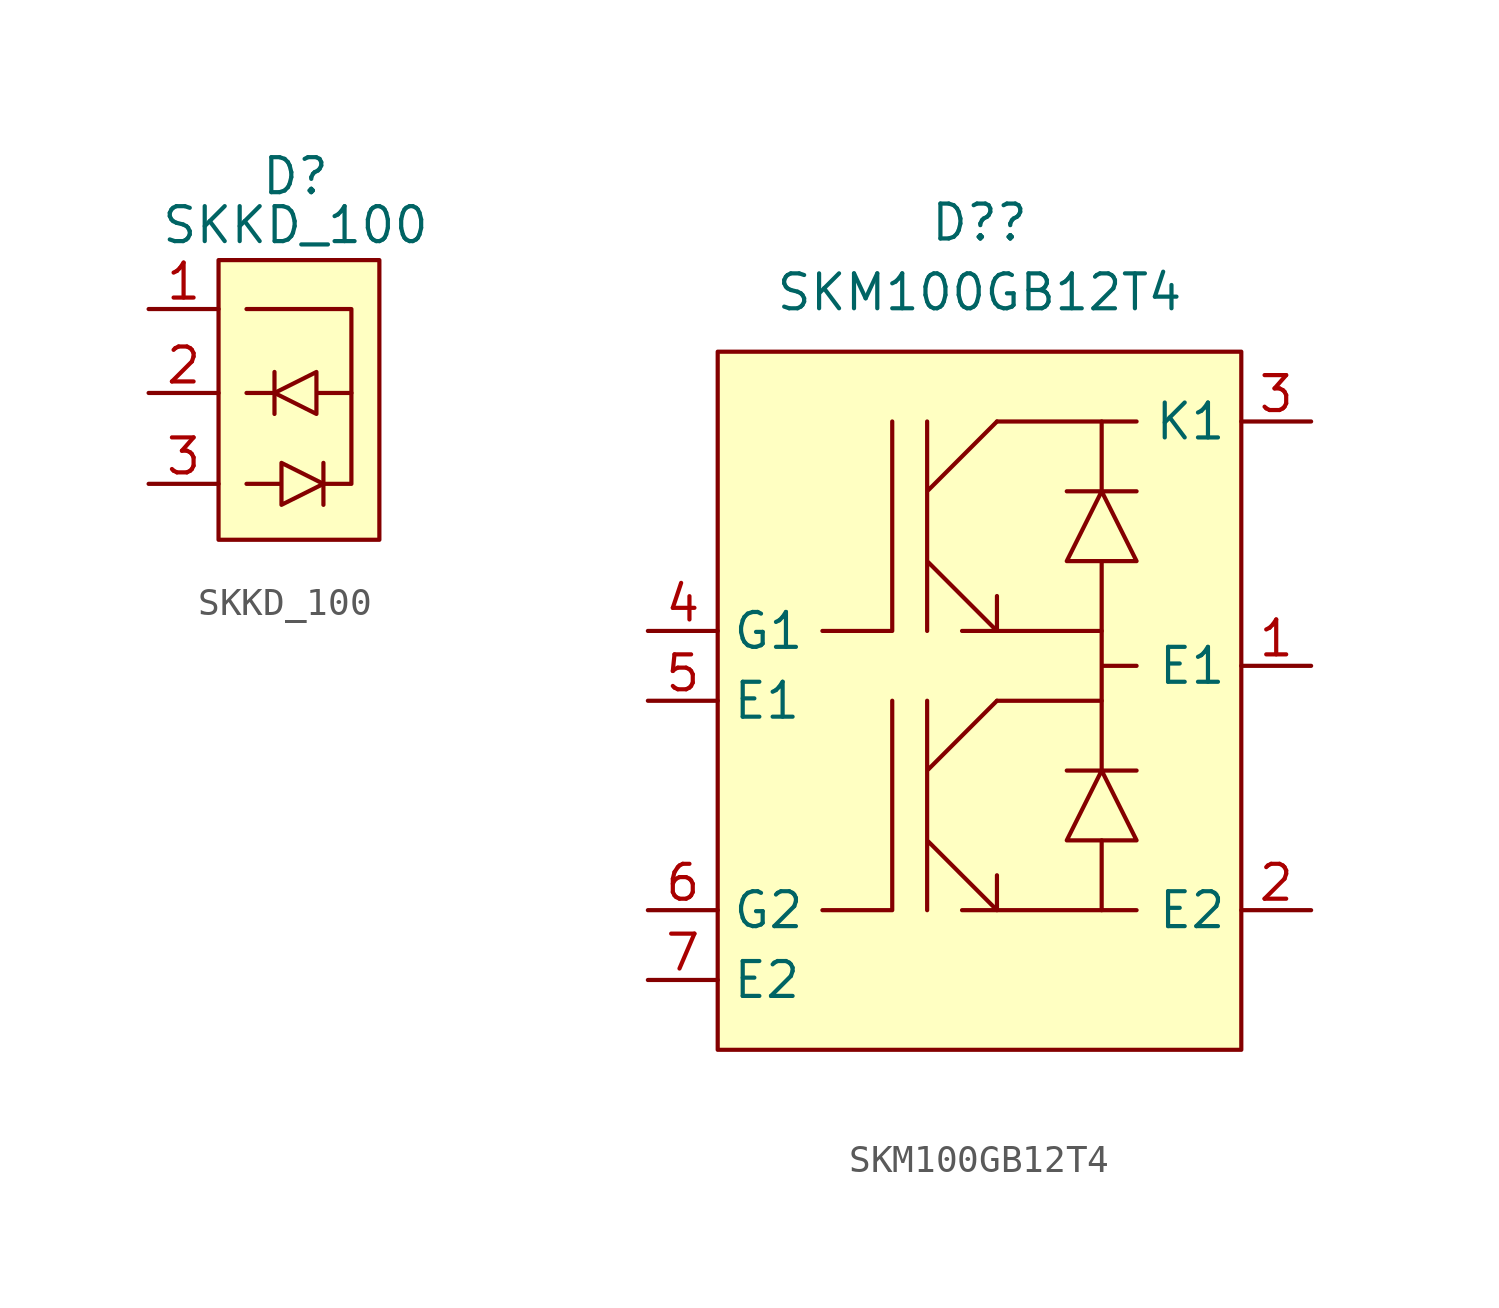
<source format=kicad_sym>
(kicad_symbol_lib
  (version 20211014)
  (generator kicad_symbol_editor)
  (symbol "SKKD_100"
    (property "Reference" "D"
      (at -0.254 3.048 0)
      (effects (font (size 1.27 1.27))))
    (property "Value" "SKKD_100"
      (at -0.254 1.27 0)
      (effects (font (size 1.27 1.27))))
    (symbol "SKKD_100_0_1"
      (rectangle (start -3.048 0) (end 2.794 -10.16) (stroke (width 0) (type default) (color 0 0 0 0)) (fill (type background)))
      (polyline (pts (xy -1.016 -5.588) (xy -1.016 -4.064)) (stroke (width 0) (type default) (color 0 0 0 0)) (fill (type none)))
      (polyline (pts (xy -1.016 -4.826) (xy -2.032 -4.826)) (stroke (width 0) (type default) (color 0 0 0 0)) (fill (type none)))
      (polyline (pts (xy 0.762 -7.366) (xy 0.762 -8.89)) (stroke (width 0) (type default) (color 0 0 0 0)) (fill (type none)))
      (polyline (pts (xy 0.762 -8.128) (xy 1.778 -8.128) (xy 1.778 -1.778) (xy -2.032 -1.778)) (stroke (width 0) (type default) (color 0 0 0 0)) (fill (type none)))
      (polyline (pts (xy -2.032 -8.128) (xy -0.762 -8.128) (xy -0.762 -7.366) (xy 0.762 -8.128) (xy -0.762 -8.89) (xy -0.762 -8.128)) (stroke (width 0) (type default) (color 0 0 0 0)) (fill (type none)))
      (polyline (pts (xy 1.778 -4.826) (xy 0.508 -4.826) (xy 0.508 -5.588) (xy -1.016 -4.826) (xy 0.508 -4.064) (xy 0.508 -4.826)) (stroke (width 0) (type default) (color 0 0 0 0)) (fill (type none))))
    (symbol "SKKD_100_1_1"
      (pin input line (at -5.588 -1.778 0) (length 2.54) (name "" (effects (font (size 1.27 1.27)))) (number "1" (effects (font (size 1.27 1.27)))))
      (pin input line (at -5.588 -4.826 0) (length 2.54) (name "" (effects (font (size 1.27 1.27)))) (number "2" (effects (font (size 1.27 1.27)))))
      (pin input line (at -5.588 -8.128 0) (length 2.54) (name "" (effects (font (size 1.27 1.27)))) (number "3" (effects (font (size 1.27 1.27)))))))
  (symbol "SKM100GB12T4"
    (property "Reference" "D?"
      (at -0.635 4.699 0)
      (effects (font (size 1.27 1.27))))
    (property "Value" "SKM100GB12T4"
      (at -0.635 2.159 0)
      (effects (font (size 1.27 1.27))))
    (symbol "SKM100GB12T4_0_1"
      (polyline (pts (xy 3.81 -20.32) (xy 5.08 -20.32)) (stroke (width 0) (type default) (color 0 0 0 0)) (fill (type none)))
      (polyline (pts (xy 3.81 -2.54) (xy 5.08 -2.54)) (stroke (width 0) (type default) (color 0 0 0 0)) (fill (type none)))
      (polyline (pts (xy -3.81 -12.7) (xy -3.81 -20.32) (xy -6.35 -20.32)) (stroke (width 0) (type default) (color 0 0 0 0)) (fill (type none)))
      (polyline (pts (xy -3.81 -2.54) (xy -3.81 -10.16) (xy -6.35 -10.16)) (stroke (width 0) (type default) (color 0 0 0 0)) (fill (type none)))
      (polyline (pts (xy 3.81 -17.78) (xy 3.81 -20.32) (xy 0 -20.32)) (stroke (width 0) (type default) (color 0 0 0 0)) (fill (type none)))
      (polyline (pts (xy 3.81 -15.24) (xy 3.81 -12.7) (xy 0 -12.7)) (stroke (width 0) (type default) (color 0 0 0 0)) (fill (type none)))
      (polyline (pts (xy 3.81 -7.62) (xy 3.81 -10.16) (xy 0 -10.16)) (stroke (width 0) (type default) (color 0 0 0 0)) (fill (type none)))
      (polyline (pts (xy 3.81 -5.08) (xy 3.81 -2.54) (xy 0 -2.54)) (stroke (width 0) (type default) (color 0 0 0 0)) (fill (type none)))
      (polyline (pts (xy 3.81 -10.16) (xy 3.81 -12.7) (xy 3.81 -11.43) (xy 5.08 -11.43)) (stroke (width 0) (type default) (color 0 0 0 0)) (fill (type none)))
      (polyline (pts (xy 2.54 -15.24) (xy 5.08 -15.24) (xy 3.81 -15.24) (xy 2.54 -17.78) (xy 5.08 -17.78) (xy 3.81 -15.24)) (stroke (width 0) (type default) (color 0 0 0 0)) (fill (type none)))
      (polyline (pts (xy 2.54 -5.08) (xy 5.08 -5.08) (xy 3.81 -5.08) (xy 2.54 -7.62) (xy 5.08 -7.62) (xy 3.81 -5.08)) (stroke (width 0) (type default) (color 0 0 0 0)) (fill (type none)))
      (polyline (pts (xy 0 -12.7) (xy -2.54 -15.24) (xy -2.54 -12.7) (xy -2.54 -20.32) (xy -2.54 -17.78) (xy 0 -20.32) (xy 0 -19.05) (xy 0 -20.32) (xy -1.27 -20.32)) (stroke (width 0) (type default) (color 0 0 0 0)) (fill (type none)))
      (polyline (pts (xy 0 -2.54) (xy -2.54 -5.08) (xy -2.54 -2.54) (xy -2.54 -10.16) (xy -2.54 -7.62) (xy 0 -10.16) (xy 0 -8.89) (xy 0 -10.16) (xy -1.27 -10.16)) (stroke (width 0) (type default) (color 0 0 0 0)) (fill (type none)))
      (rectangle (start 8.89 0) (end -10.16 -25.4) (stroke (width 0) (type default) (color 0 0 0 0)) (fill (type background))))
    (symbol "SKM100GB12T4_1_1"
      (pin input line (at 11.43 -11.43 180) (length 2.54) (name "E1" (effects (font (size 1.27 1.27)))) (number "1" (effects (font (size 1.27 1.27)))))
      (pin input line (at 11.43 -20.32 180) (length 2.54) (name "E2" (effects (font (size 1.27 1.27)))) (number "2" (effects (font (size 1.27 1.27)))))
      (pin input line (at 11.43 -2.54 180) (length 2.54) (name "K1" (effects (font (size 1.27 1.27)))) (number "3" (effects (font (size 1.27 1.27)))))
      (pin input line (at -12.7 -10.16 0) (length 2.54) (name "G1" (effects (font (size 1.27 1.27)))) (number "4" (effects (font (size 1.27 1.27)))))
      (pin input line (at -12.7 -12.7 0) (length 2.54) (name "E1" (effects (font (size 1.27 1.27)))) (number "5" (effects (font (size 1.27 1.27)))))
      (pin input line (at -12.7 -20.32 0) (length 2.54) (name "G2" (effects (font (size 1.27 1.27)))) (number "6" (effects (font (size 1.27 1.27)))))
      (pin input line (at -12.7 -22.86 0) (length 2.54) (name "E2" (effects (font (size 1.27 1.27)))) (number "7" (effects (font (size 1.27 1.27))))))))
</source>
